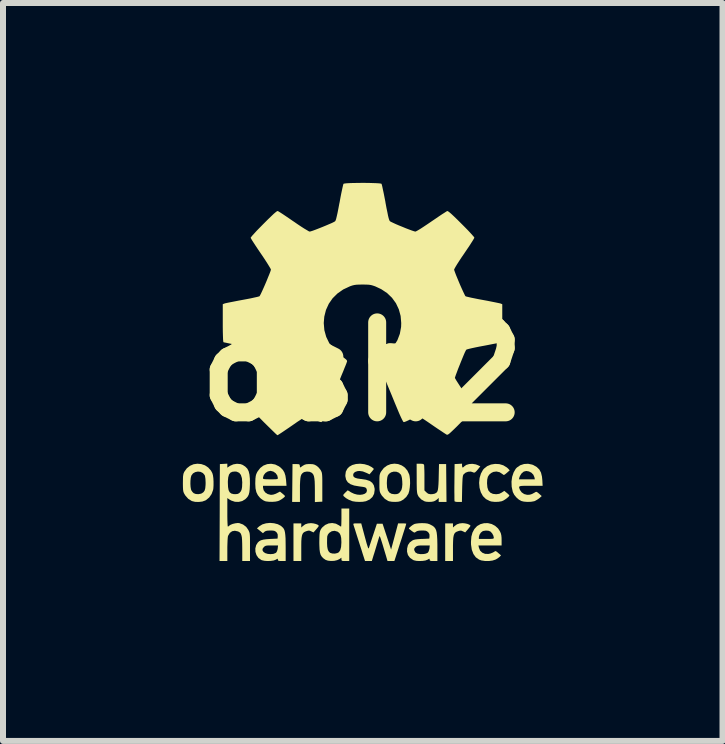
<source format=kicad_pcb>
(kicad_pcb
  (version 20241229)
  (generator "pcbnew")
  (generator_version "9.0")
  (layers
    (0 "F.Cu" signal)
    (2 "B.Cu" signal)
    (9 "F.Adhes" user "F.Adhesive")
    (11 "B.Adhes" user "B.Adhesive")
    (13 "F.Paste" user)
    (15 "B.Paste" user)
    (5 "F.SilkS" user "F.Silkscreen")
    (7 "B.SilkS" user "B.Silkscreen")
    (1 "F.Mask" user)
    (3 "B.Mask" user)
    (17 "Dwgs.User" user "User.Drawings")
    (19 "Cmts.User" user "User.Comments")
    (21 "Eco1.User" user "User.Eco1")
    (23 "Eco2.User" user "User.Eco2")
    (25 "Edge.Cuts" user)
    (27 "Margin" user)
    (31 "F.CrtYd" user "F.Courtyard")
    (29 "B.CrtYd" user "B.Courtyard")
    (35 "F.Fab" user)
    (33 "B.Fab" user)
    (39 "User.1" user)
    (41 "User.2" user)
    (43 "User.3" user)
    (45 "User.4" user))
  (footprint "osh2"
    (layer "F.Cu")
    (at 2.99 3.148)
    (property "Reference" "osh2" (at 0 0 0) (layer "F.SilkS") (effects (font (size 1.5 1.5) (thickness 0.3))))
    (attr board_only exclude_from_pos_files exclude_from_bom)
    (fp_poly (pts (xy -0.815 2.53) (xy -0.777 2.539) (xy -0.745 2.551) (xy -0.727 2.565) (xy -0.724 2.572) (xy -0.731 2.585) (xy -0.748 2.607) (xy -0.768 2.631) (xy -0.812 2.681) (xy -0.85 2.663) (xy -0.876 2.652) (xy -0.899 2.651) (xy -0.928 2.659) (xy -0.933 2.661) (xy -0.959 2.671) (xy -0.979 2.685) (xy -0.994 2.705) (xy -1.004 2.733) (xy -1.011 2.772) (xy -1.015 2.826) (xy -1.016 2.896) (xy -1.016 2.955) (xy -1.016 3.157) (xy -1.081 3.157) (xy -1.146 3.157) (xy -1.146 2.844) (xy -1.146 2.53) (xy -1.081 2.53) (xy -1.016 2.53) (xy -1.016 2.565) (xy -1.016 2.599) (xy -0.992 2.577) (xy -0.951 2.546) (xy -0.905 2.531) (xy -0.854 2.526)) (stroke (width 0) (type solid)) (fill yes) (layer "F.SilkS"))
    (fp_poly (pts (xy 1.714 2.53) (xy 1.752 2.538) (xy 1.784 2.55) (xy 1.803 2.564) (xy 1.806 2.571) (xy 1.799 2.583) (xy 1.782 2.605) (xy 1.762 2.63) (xy 1.718 2.681) (xy 1.681 2.663) (xy 1.654 2.652) (xy 1.632 2.651) (xy 1.602 2.659) (xy 1.597 2.661) (xy 1.571 2.671) (xy 1.551 2.685) (xy 1.536 2.705) (xy 1.526 2.733) (xy 1.519 2.772) (xy 1.516 2.826) (xy 1.514 2.896) (xy 1.514 2.955) (xy 1.514 3.157) (xy 1.449 3.157) (xy 1.384 3.157) (xy 1.384 2.844) (xy 1.384 2.53) (xy 1.449 2.53) (xy 1.514 2.53) (xy 1.514 2.565) (xy 1.514 2.599) (xy 1.538 2.577) (xy 1.58 2.546) (xy 1.625 2.531) (xy 1.676 2.526)) (stroke (width 0) (type solid)) (fill yes) (layer "F.SilkS"))
    (fp_poly (pts (xy 1.665 1.567) (xy 1.669 1.593) (xy 1.68 1.599) (xy 1.698 1.584) (xy 1.699 1.582) (xy 1.734 1.556) (xy 1.782 1.541) (xy 1.837 1.537) (xy 1.893 1.546) (xy 1.923 1.557) (xy 1.97 1.579) (xy 1.937 1.62) (xy 1.907 1.656) (xy 1.885 1.677) (xy 1.869 1.684) (xy 1.853 1.681) (xy 1.848 1.678) (xy 1.811 1.666) (xy 1.767 1.669) (xy 1.725 1.684) (xy 1.693 1.711) (xy 1.685 1.722) (xy 1.679 1.742) (xy 1.674 1.78) (xy 1.671 1.838) (xy 1.668 1.915) (xy 1.667 1.96) (xy 1.663 2.173) (xy 1.604 2.173) (xy 1.565 2.171) (xy 1.543 2.164) (xy 1.54 2.16) (xy 1.539 2.146) (xy 1.538 2.113) (xy 1.538 2.064) (xy 1.537 2.003) (xy 1.537 1.932) (xy 1.538 1.853) (xy 1.538 1.843) (xy 1.541 1.541) (xy 1.603 1.538) (xy 1.665 1.534)) (stroke (width 0) (type solid)) (fill yes) (layer "F.SilkS"))
    (fp_poly (pts (xy -1.069 1.542) (xy -1.051 1.545) (xy -1.043 1.555) (xy -1.04 1.57) (xy -1.037 1.6) (xy -0.992 1.57) (xy -0.962 1.553) (xy -0.933 1.544) (xy -0.895 1.541) (xy -0.876 1.541) (xy -0.832 1.542) (xy -0.8 1.549) (xy -0.772 1.563) (xy -0.759 1.571) (xy -0.726 1.599) (xy -0.697 1.635) (xy -0.69 1.646) (xy -0.682 1.662) (xy -0.675 1.679) (xy -0.671 1.698) (xy -0.668 1.724) (xy -0.666 1.76) (xy -0.665 1.809) (xy -0.665 1.874) (xy -0.665 1.93) (xy -0.665 2.168) (xy -0.727 2.171) (xy -0.789 2.175) (xy -0.789 1.982) (xy -0.79 1.898) (xy -0.792 1.832) (xy -0.797 1.782) (xy -0.804 1.745) (xy -0.814 1.718) (xy -0.828 1.699) (xy -0.84 1.687) (xy -0.876 1.67) (xy -0.921 1.666) (xy -0.963 1.673) (xy -0.983 1.683) (xy -1.001 1.698) (xy -1.015 1.717) (xy -1.025 1.744) (xy -1.031 1.78) (xy -1.035 1.829) (xy -1.038 1.894) (xy -1.038 1.973) (xy -1.038 2.173) (xy -1.103 2.173) (xy -1.168 2.173) (xy -1.165 1.857) (xy -1.162 1.541) (xy -1.103 1.541)) (stroke (width 0) (type solid)) (fill yes) (layer "F.SilkS"))
    (fp_poly (pts (xy 1.004 1.537) (xy 1.025 1.544) (xy 1.031 1.553) (xy 1.034 1.568) (xy 1.035 1.602) (xy 1.037 1.65) (xy 1.038 1.709) (xy 1.038 1.774) (xy 1.038 1.775) (xy 1.038 1.98) (xy 1.07 2.012) (xy 1.099 2.035) (xy 1.133 2.043) (xy 1.145 2.044) (xy 1.18 2.041) (xy 1.21 2.034) (xy 1.214 2.032) (xy 1.232 2.022) (xy 1.246 2.01) (xy 1.256 1.992) (xy 1.263 1.966) (xy 1.268 1.929) (xy 1.272 1.877) (xy 1.275 1.809) (xy 1.276 1.757) (xy 1.281 1.541) (xy 1.341 1.541) (xy 1.4 1.541) (xy 1.403 1.857) (xy 1.406 2.173) (xy 1.341 2.173) (xy 1.276 2.173) (xy 1.276 2.139) (xy 1.276 2.105) (xy 1.252 2.128) (xy 1.223 2.149) (xy 1.197 2.162) (xy 1.16 2.17) (xy 1.113 2.172) (xy 1.068 2.169) (xy 1.04 2.162) (xy 0.984 2.13) (xy 0.942 2.085) (xy 0.929 2.061) (xy 0.922 2.044) (xy 0.917 2.024) (xy 0.914 1.999) (xy 0.911 1.965) (xy 0.91 1.918) (xy 0.909 1.856) (xy 0.909 1.776) (xy 0.908 1.535) (xy 0.967 1.535)) (stroke (width 0) (type solid)) (fill yes) (layer "F.SilkS"))
    (fp_poly (pts (xy 2.288 1.542) (xy 2.354 1.562) (xy 2.413 1.598) (xy 2.434 1.617) (xy 2.46 1.646) (xy 2.412 1.688) (xy 2.384 1.711) (xy 2.368 1.721) (xy 2.356 1.721) (xy 2.343 1.711) (xy 2.341 1.709) (xy 2.292 1.677) (xy 2.239 1.665) (xy 2.187 1.672) (xy 2.151 1.69) (xy 2.118 1.718) (xy 2.096 1.753) (xy 2.085 1.799) (xy 2.082 1.86) (xy 2.088 1.93) (xy 2.105 1.982) (xy 2.136 2.017) (xy 2.18 2.038) (xy 2.236 2.044) (xy 2.286 2.037) (xy 2.328 2.016) (xy 2.369 1.988) (xy 2.412 2.022) (xy 2.436 2.043) (xy 2.452 2.06) (xy 2.455 2.065) (xy 2.446 2.08) (xy 2.424 2.101) (xy 2.394 2.124) (xy 2.362 2.145) (xy 2.332 2.159) (xy 2.326 2.161) (xy 2.274 2.17) (xy 2.214 2.172) (xy 2.157 2.166) (xy 2.129 2.158) (xy 2.064 2.125) (xy 2.014 2.076) (xy 1.978 2.011) (xy 1.957 1.936) (xy 1.95 1.854) (xy 1.958 1.774) (xy 1.98 1.7) (xy 2.014 1.638) (xy 2.031 1.618) (xy 2.084 1.576) (xy 2.148 1.549) (xy 2.217 1.538)) (stroke (width 0) (type solid)) (fill yes) (layer "F.SilkS"))
    (fp_poly (pts (xy 0.6 1.541) (xy 0.66 1.564) (xy 0.712 1.6) (xy 0.754 1.65) (xy 0.784 1.714) (xy 0.79 1.739) (xy 0.797 1.796) (xy 0.799 1.862) (xy 0.794 1.928) (xy 0.785 1.988) (xy 0.771 2.034) (xy 0.736 2.088) (xy 0.687 2.133) (xy 0.641 2.159) (xy 0.601 2.169) (xy 0.55 2.172) (xy 0.496 2.17) (xy 0.45 2.162) (xy 0.433 2.156) (xy 0.376 2.12) (xy 0.328 2.067) (xy 0.31 2.038) (xy 0.3 2.018) (xy 0.293 1.996) (xy 0.289 1.968) (xy 0.287 1.929) (xy 0.287 1.874) (xy 0.287 1.86) (xy 0.411 1.86) (xy 0.415 1.93) (xy 0.429 1.982) (xy 0.454 2.017) (xy 0.49 2.037) (xy 0.54 2.044) (xy 0.544 2.044) (xy 0.581 2.041) (xy 0.606 2.031) (xy 0.627 2.013) (xy 0.654 1.973) (xy 0.665 1.931) (xy 0.67 1.88) (xy 0.668 1.826) (xy 0.663 1.775) (xy 0.653 1.735) (xy 0.645 1.717) (xy 0.612 1.685) (xy 0.571 1.669) (xy 0.526 1.667) (xy 0.482 1.679) (xy 0.446 1.705) (xy 0.426 1.736) (xy 0.418 1.768) (xy 0.413 1.813) (xy 0.411 1.86) (xy 0.287 1.86) (xy 0.287 1.854) (xy 0.287 1.796) (xy 0.288 1.755) (xy 0.291 1.725) (xy 0.297 1.703) (xy 0.305 1.683) (xy 0.317 1.663) (xy 0.361 1.606) (xy 0.415 1.566) (xy 0.475 1.542) (xy 0.538 1.534)) (stroke (width 0) (type solid)) (fill yes) (layer "F.SilkS"))
    (fp_poly (pts (xy 2.835 1.55) (xy 2.855 1.558) (xy 2.912 1.591) (xy 2.954 1.632) (xy 2.982 1.684) (xy 2.998 1.75) (xy 3.004 1.808) (xy 3.009 1.903) (xy 2.813 1.903) (xy 2.74 1.903) (xy 2.687 1.904) (xy 2.651 1.906) (xy 2.629 1.911) (xy 2.618 1.92) (xy 2.617 1.933) (xy 2.623 1.952) (xy 2.632 1.974) (xy 2.66 2.013) (xy 2.701 2.041) (xy 2.751 2.054) (xy 2.763 2.054) (xy 2.798 2.051) (xy 2.832 2.04) (xy 2.873 2.018) (xy 2.884 2.011) (xy 2.899 2.004) (xy 2.913 2.006) (xy 2.932 2.02) (xy 2.951 2.036) (xy 2.994 2.075) (xy 2.952 2.112) (xy 2.917 2.136) (xy 2.881 2.156) (xy 2.867 2.161) (xy 2.815 2.17) (xy 2.754 2.172) (xy 2.695 2.167) (xy 2.655 2.157) (xy 2.613 2.134) (xy 2.572 2.098) (xy 2.536 2.054) (xy 2.513 2.009) (xy 2.511 2.003) (xy 2.493 1.919) (xy 2.49 1.834) (xy 2.495 1.795) (xy 2.614 1.795) (xy 2.747 1.795) (xy 2.879 1.795) (xy 2.872 1.76) (xy 2.854 1.718) (xy 2.822 1.685) (xy 2.781 1.664) (xy 2.737 1.656) (xy 2.696 1.666) (xy 2.694 1.667) (xy 2.658 1.697) (xy 2.631 1.739) (xy 2.621 1.765) (xy 2.614 1.795) (xy 2.495 1.795) (xy 2.501 1.753) (xy 2.525 1.681) (xy 2.56 1.62) (xy 2.581 1.598) (xy 2.635 1.561) (xy 2.699 1.54) (xy 2.767 1.536)) (stroke (width 0) (type solid)) (fill yes) (layer "F.SilkS"))
    (fp_poly (pts (xy -2.684 1.541) (xy -2.622 1.562) (xy -2.567 1.599) (xy -2.521 1.651) (xy -2.499 1.692) (xy -2.489 1.727) (xy -2.482 1.776) (xy -2.479 1.833) (xy -2.479 1.892) (xy -2.482 1.945) (xy -2.486 1.971) (xy -2.511 2.04) (xy -2.552 2.099) (xy -2.606 2.143) (xy -2.616 2.148) (xy -2.666 2.166) (xy -2.726 2.173) (xy -2.787 2.171) (xy -2.84 2.158) (xy -2.844 2.156) (xy -2.901 2.12) (xy -2.948 2.067) (xy -2.966 2.038) (xy -2.976 2.018) (xy -2.983 1.996) (xy -2.987 1.968) (xy -2.989 1.929) (xy -2.99 1.874) (xy -2.99 1.871) (xy -2.865 1.871) (xy -2.862 1.921) (xy -2.855 1.962) (xy -2.849 1.979) (xy -2.83 2.007) (xy -2.809 2.027) (xy -2.775 2.04) (xy -2.732 2.043) (xy -2.689 2.035) (xy -2.673 2.028) (xy -2.646 2.009) (xy -2.628 1.983) (xy -2.617 1.944) (xy -2.612 1.89) (xy -2.611 1.854) (xy -2.614 1.788) (xy -2.621 1.743) (xy -2.627 1.725) (xy -2.656 1.691) (xy -2.696 1.671) (xy -2.74 1.666) (xy -2.784 1.675) (xy -2.822 1.697) (xy -2.849 1.733) (xy -2.85 1.736) (xy -2.859 1.771) (xy -2.864 1.819) (xy -2.865 1.871) (xy -2.99 1.871) (xy -2.99 1.854) (xy -2.989 1.795) (xy -2.988 1.752) (xy -2.984 1.721) (xy -2.979 1.698) (xy -2.97 1.677) (xy -2.966 1.669) (xy -2.924 1.611) (xy -2.872 1.57) (xy -2.812 1.544) (xy -2.748 1.535)) (stroke (width 0) (type solid)) (fill yes) (layer "F.SilkS"))
    (fp_poly (pts (xy 2.16 2.541) (xy 2.217 2.571) (xy 2.266 2.615) (xy 2.297 2.662) (xy 2.312 2.696) (xy 2.32 2.729) (xy 2.324 2.768) (xy 2.325 2.808) (xy 2.325 2.898) (xy 2.131 2.898) (xy 1.938 2.898) (xy 1.947 2.937) (xy 1.967 2.985) (xy 2.003 3.019) (xy 2.049 3.038) (xy 2.104 3.04) (xy 2.138 3.033) (xy 2.171 3.02) (xy 2.199 3.006) (xy 2.205 3.001) (xy 2.217 2.993) (xy 2.23 2.994) (xy 2.249 3.006) (xy 2.269 3.024) (xy 2.315 3.063) (xy 2.293 3.087) (xy 2.269 3.106) (xy 2.236 3.127) (xy 2.223 3.134) (xy 2.173 3.15) (xy 2.112 3.158) (xy 2.047 3.157) (xy 1.987 3.148) (xy 1.949 3.134) (xy 1.895 3.096) (xy 1.855 3.041) (xy 1.828 2.97) (xy 1.815 2.883) (xy 1.814 2.838) (xy 1.82 2.762) (xy 1.946 2.762) (xy 1.946 2.79) (xy 2.071 2.79) (xy 2.124 2.79) (xy 2.16 2.788) (xy 2.181 2.786) (xy 2.191 2.781) (xy 2.195 2.774) (xy 2.195 2.768) (xy 2.187 2.733) (xy 2.167 2.696) (xy 2.14 2.667) (xy 2.139 2.666) (xy 2.106 2.653) (xy 2.063 2.65) (xy 2.022 2.656) (xy 2.008 2.661) (xy 1.979 2.684) (xy 1.956 2.72) (xy 1.946 2.758) (xy 1.946 2.762) (xy 1.82 2.762) (xy 1.82 2.754) (xy 1.839 2.684) (xy 1.871 2.624) (xy 1.916 2.575) (xy 1.972 2.543) (xy 2.033 2.527) (xy 2.097 2.526)) (stroke (width 0) (type solid)) (fill yes) (layer "F.SilkS"))
    (fp_poly (pts (xy 0.037 1.543) (xy 0.105 1.563) (xy 0.158 1.591) (xy 0.18 1.608) (xy 0.193 1.62) (xy 0.194 1.622) (xy 0.188 1.633) (xy 0.171 1.654) (xy 0.158 1.67) (xy 0.122 1.712) (xy 0.074 1.689) (xy 0.011 1.664) (xy -0.044 1.656) (xy -0.08 1.659) (xy -0.122 1.674) (xy -0.146 1.7) (xy -0.151 1.725) (xy -0.144 1.75) (xy -0.122 1.768) (xy -0.082 1.781) (xy -0.022 1.79) (xy -0.016 1.79) (xy 0.063 1.802) (xy 0.124 1.822) (xy 0.167 1.853) (xy 0.194 1.895) (xy 0.207 1.949) (xy 0.208 1.973) (xy 0.199 2.036) (xy 0.171 2.09) (xy 0.126 2.131) (xy 0.064 2.16) (xy 0.055 2.162) (xy 0.009 2.17) (xy -0.049 2.172) (xy -0.108 2.169) (xy -0.159 2.161) (xy -0.17 2.158) (xy -0.222 2.137) (xy -0.27 2.109) (xy -0.306 2.079) (xy -0.306 2.079) (xy -0.315 2.066) (xy -0.315 2.054) (xy -0.302 2.038) (xy -0.283 2.018) (xy -0.241 1.978) (xy -0.185 2.013) (xy -0.136 2.036) (xy -0.085 2.05) (xy -0.036 2.054) (xy 0.009 2.048) (xy 0.045 2.035) (xy 0.07 2.014) (xy 0.079 1.986) (xy 0.075 1.961) (xy 0.068 1.945) (xy 0.057 1.934) (xy 0.039 1.927) (xy 0.009 1.921) (xy -0.038 1.915) (xy -0.051 1.913) (xy -0.133 1.899) (xy -0.195 1.877) (xy -0.24 1.845) (xy -0.268 1.802) (xy -0.28 1.748) (xy -0.281 1.727) (xy -0.273 1.667) (xy -0.248 1.619) (xy -0.216 1.586) (xy -0.166 1.557) (xy -0.104 1.54) (xy -0.034 1.535)) (stroke (width 0) (type solid)) (fill yes) (layer "F.SilkS"))
    (fp_poly (pts (xy -0.216 2.719) (xy -0.216 3.157) (xy -0.281 3.157) (xy -0.317 3.157) (xy -0.336 3.154) (xy -0.344 3.146) (xy -0.346 3.131) (xy -0.346 3.13) (xy -0.346 3.102) (xy -0.381 3.127) (xy -0.419 3.144) (xy -0.468 3.155) (xy -0.521 3.157) (xy -0.571 3.152) (xy -0.609 3.139) (xy -0.611 3.138) (xy -0.647 3.113) (xy -0.673 3.086) (xy -0.692 3.056) (xy -0.704 3.016) (xy -0.711 2.965) (xy -0.714 2.899) (xy -0.715 2.859) (xy -0.586 2.859) (xy -0.583 2.919) (xy -0.575 2.962) (xy -0.562 2.993) (xy -0.544 3.014) (xy -0.531 3.023) (xy -0.496 3.033) (xy -0.454 3.034) (xy -0.414 3.025) (xy -0.389 3.011) (xy -0.366 2.977) (xy -0.352 2.924) (xy -0.347 2.852) (xy -0.347 2.838) (xy -0.35 2.773) (xy -0.361 2.726) (xy -0.379 2.693) (xy -0.407 2.67) (xy -0.411 2.668) (xy -0.46 2.654) (xy -0.507 2.661) (xy -0.549 2.688) (xy -0.554 2.693) (xy -0.573 2.719) (xy -0.583 2.748) (xy -0.585 2.782) (xy -0.586 2.859) (xy -0.715 2.859) (xy -0.715 2.844) (xy -0.714 2.774) (xy -0.712 2.722) (xy -0.708 2.683) (xy -0.7 2.653) (xy -0.689 2.629) (xy -0.673 2.606) (xy -0.665 2.597) (xy -0.617 2.556) (xy -0.56 2.531) (xy -0.5 2.524) (xy -0.439 2.535) (xy -0.388 2.562) (xy -0.366 2.577) (xy -0.353 2.584) (xy -0.352 2.584) (xy -0.35 2.574) (xy -0.348 2.546) (xy -0.347 2.504) (xy -0.346 2.453) (xy -0.346 2.433) (xy -0.346 2.282) (xy -0.281 2.282) (xy -0.216 2.282)) (stroke (width 0) (type solid)) (fill yes) (layer "F.SilkS"))
    (fp_poly (pts (xy 0.037 2.728) (xy 0.058 2.805) (xy 0.074 2.864) (xy 0.087 2.905) (xy 0.096 2.932) (xy 0.103 2.945) (xy 0.108 2.948) (xy 0.112 2.941) (xy 0.114 2.935) (xy 0.119 2.918) (xy 0.13 2.884) (xy 0.146 2.837) (xy 0.164 2.781) (xy 0.183 2.724) (xy 0.245 2.536) (xy 0.293 2.536) (xy 0.34 2.536) (xy 0.411 2.751) (xy 0.482 2.967) (xy 0.541 2.748) (xy 0.599 2.53) (xy 0.667 2.53) (xy 0.703 2.531) (xy 0.727 2.533) (xy 0.735 2.535) (xy 0.733 2.542) (xy 0.728 2.561) (xy 0.718 2.594) (xy 0.703 2.641) (xy 0.683 2.703) (xy 0.658 2.783) (xy 0.626 2.88) (xy 0.589 2.997) (xy 0.587 3.003) (xy 0.537 3.157) (xy 0.48 3.157) (xy 0.422 3.157) (xy 0.396 3.068) (xy 0.381 3.019) (xy 0.363 2.959) (xy 0.344 2.895) (xy 0.332 2.856) (xy 0.317 2.809) (xy 0.305 2.772) (xy 0.295 2.749) (xy 0.29 2.742) (xy 0.289 2.742) (xy 0.284 2.756) (xy 0.274 2.786) (xy 0.262 2.826) (xy 0.255 2.849) (xy 0.238 2.906) (xy 0.218 2.972) (xy 0.199 3.035) (xy 0.193 3.052) (xy 0.161 3.157) (xy 0.104 3.157) (xy 0.047 3.157) (xy 0.006 3.03) (xy -0.012 2.971) (xy -0.035 2.9) (xy -0.059 2.825) (xy -0.082 2.753) (xy -0.086 2.741) (xy -0.104 2.684) (xy -0.12 2.632) (xy -0.134 2.59) (xy -0.143 2.562) (xy -0.145 2.555) (xy -0.148 2.541) (xy -0.143 2.534) (xy -0.127 2.531) (xy -0.094 2.53) (xy -0.084 2.53) (xy -0.016 2.53)) (stroke (width 0) (type solid)) (fill yes) (layer "F.SilkS"))
    (fp_poly (pts (xy -1.451 1.548) (xy -1.388 1.579) (xy -1.358 1.602) (xy -1.322 1.639) (xy -1.297 1.682) (xy -1.28 1.735) (xy -1.27 1.803) (xy -1.269 1.816) (xy -1.262 1.903) (xy -1.458 1.903) (xy -1.654 1.903) (xy -1.654 1.931) (xy -1.644 1.976) (xy -1.617 2.014) (xy -1.576 2.041) (xy -1.526 2.054) (xy -1.511 2.054) (xy -1.479 2.049) (xy -1.441 2.036) (xy -1.423 2.027) (xy -1.371 2) (xy -1.329 2.034) (xy -1.305 2.055) (xy -1.289 2.071) (xy -1.287 2.076) (xy -1.296 2.09) (xy -1.318 2.109) (xy -1.348 2.13) (xy -1.381 2.149) (xy -1.403 2.158) (xy -1.445 2.167) (xy -1.498 2.171) (xy -1.554 2.17) (xy -1.603 2.164) (xy -1.621 2.159) (xy -1.65 2.145) (xy -1.684 2.121) (xy -1.704 2.104) (xy -1.74 2.06) (xy -1.765 2.009) (xy -1.779 1.946) (xy -1.783 1.868) (xy -1.782 1.828) (xy -1.78 1.777) (xy -1.779 1.773) (xy -1.654 1.773) (xy -1.653 1.782) (xy -1.647 1.789) (xy -1.633 1.792) (xy -1.606 1.794) (xy -1.563 1.795) (xy -1.53 1.795) (xy -1.477 1.795) (xy -1.441 1.794) (xy -1.42 1.791) (xy -1.41 1.786) (xy -1.406 1.779) (xy -1.406 1.773) (xy -1.416 1.731) (xy -1.442 1.694) (xy -1.48 1.667) (xy -1.523 1.655) (xy -1.53 1.654) (xy -1.574 1.664) (xy -1.613 1.689) (xy -1.641 1.725) (xy -1.654 1.766) (xy -1.654 1.773) (xy -1.779 1.773) (xy -1.775 1.74) (xy -1.767 1.71) (xy -1.754 1.681) (xy -1.745 1.665) (xy -1.701 1.607) (xy -1.647 1.566) (xy -1.584 1.542) (xy -1.518 1.536)) (stroke (width 0) (type solid)) (fill yes) (layer "F.SilkS"))
    (fp_poly (pts (xy -1.47 2.528) (xy -1.407 2.544) (xy -1.354 2.572) (xy -1.317 2.607) (xy -1.304 2.627) (xy -1.294 2.652) (xy -1.287 2.684) (xy -1.282 2.725) (xy -1.278 2.78) (xy -1.277 2.85) (xy -1.276 2.938) (xy -1.276 3.157) (xy -1.341 3.157) (xy -1.377 3.157) (xy -1.397 3.153) (xy -1.405 3.145) (xy -1.406 3.136) (xy -1.407 3.123) (xy -1.413 3.12) (xy -1.431 3.13) (xy -1.441 3.136) (xy -1.476 3.149) (xy -1.524 3.156) (xy -1.579 3.158) (xy -1.631 3.154) (xy -1.675 3.144) (xy -1.685 3.139) (xy -1.731 3.106) (xy -1.763 3.059) (xy -1.78 3.005) (xy -1.781 2.977) (xy -1.663 2.977) (xy -1.647 3.005) (xy -1.646 3.006) (xy -1.617 3.026) (xy -1.575 3.039) (xy -1.528 3.043) (xy -1.482 3.039) (xy -1.445 3.025) (xy -1.434 3.017) (xy -1.42 2.993) (xy -1.41 2.958) (xy -1.409 2.948) (xy -1.403 2.898) (xy -1.508 2.898) (xy -1.557 2.898) (xy -1.589 2.9) (xy -1.611 2.905) (xy -1.626 2.913) (xy -1.639 2.924) (xy -1.66 2.952) (xy -1.663 2.977) (xy -1.781 2.977) (xy -1.782 2.948) (xy -1.768 2.893) (xy -1.742 2.851) (xy -1.718 2.828) (xy -1.688 2.812) (xy -1.649 2.801) (xy -1.596 2.794) (xy -1.535 2.79) (xy -1.411 2.784) (xy -1.408 2.744) (xy -1.41 2.71) (xy -1.425 2.683) (xy -1.432 2.676) (xy -1.449 2.662) (xy -1.469 2.653) (xy -1.498 2.65) (xy -1.533 2.649) (xy -1.576 2.651) (xy -1.604 2.656) (xy -1.624 2.666) (xy -1.631 2.672) (xy -1.655 2.694) (xy -1.705 2.653) (xy -1.755 2.613) (xy -1.715 2.578) (xy -1.665 2.547) (xy -1.604 2.529) (xy -1.537 2.522)) (stroke (width 0) (type solid)) (fill yes) (layer "F.SilkS"))
    (fp_poly (pts (xy 1.052 2.528) (xy 1.09 2.533) (xy 1.123 2.544) (xy 1.141 2.553) (xy 1.173 2.57) (xy 1.198 2.589) (xy 1.217 2.612) (xy 1.232 2.642) (xy 1.242 2.681) (xy 1.248 2.732) (xy 1.252 2.797) (xy 1.254 2.88) (xy 1.254 2.944) (xy 1.254 3.157) (xy 1.189 3.157) (xy 1.153 3.157) (xy 1.134 3.153) (xy 1.126 3.145) (xy 1.125 3.136) (xy 1.124 3.123) (xy 1.117 3.12) (xy 1.1 3.13) (xy 1.089 3.136) (xy 1.055 3.149) (xy 1.007 3.156) (xy 0.953 3.158) (xy 0.902 3.155) (xy 0.86 3.145) (xy 0.849 3.14) (xy 0.797 3.104) (xy 0.763 3.058) (xy 0.748 3.002) (xy 0.749 2.966) (xy 0.867 2.966) (xy 0.87 2.981) (xy 0.887 3.014) (xy 0.922 3.035) (xy 0.974 3.043) (xy 1.027 3.041) (xy 1.062 3.034) (xy 1.09 3.021) (xy 1.096 3.017) (xy 1.11 2.993) (xy 1.12 2.958) (xy 1.122 2.948) (xy 1.127 2.898) (xy 1.024 2.898) (xy 0.974 2.898) (xy 0.941 2.901) (xy 0.919 2.906) (xy 0.902 2.914) (xy 0.891 2.923) (xy 0.872 2.944) (xy 0.867 2.966) (xy 0.749 2.966) (xy 0.749 2.95) (xy 0.763 2.892) (xy 0.794 2.847) (xy 0.834 2.817) (xy 0.856 2.806) (xy 0.885 2.799) (xy 0.924 2.794) (xy 0.98 2.79) (xy 0.995 2.79) (xy 1.119 2.784) (xy 1.123 2.744) (xy 1.121 2.71) (xy 1.105 2.683) (xy 1.099 2.676) (xy 1.081 2.662) (xy 1.061 2.653) (xy 1.033 2.65) (xy 0.996 2.649) (xy 0.95 2.651) (xy 0.92 2.657) (xy 0.898 2.668) (xy 0.896 2.67) (xy 0.88 2.681) (xy 0.868 2.683) (xy 0.851 2.674) (xy 0.827 2.657) (xy 0.802 2.637) (xy 0.784 2.623) (xy 0.779 2.62) (xy 0.781 2.61) (xy 0.796 2.593) (xy 0.82 2.573) (xy 0.846 2.554) (xy 0.871 2.541) (xy 0.875 2.539) (xy 0.905 2.533) (xy 0.948 2.528) (xy 0.995 2.526) (xy 1.001 2.526)) (stroke (width 0) (type solid)) (fill yes) (layer "F.SilkS"))
    (fp_poly (pts (xy -2.249 1.568) (xy -2.249 1.601) (xy -2.205 1.571) (xy -2.149 1.546) (xy -2.088 1.536) (xy -2.028 1.542) (xy -1.993 1.555) (xy -1.95 1.583) (xy -1.917 1.616) (xy -1.894 1.659) (xy -1.88 1.715) (xy -1.873 1.785) (xy -1.872 1.872) (xy -1.873 1.893) (xy -1.876 1.961) (xy -1.882 2.012) (xy -1.892 2.05) (xy -1.907 2.08) (xy -1.929 2.107) (xy -1.951 2.128) (xy -2.001 2.158) (xy -2.06 2.172) (xy -2.122 2.17) (xy -2.182 2.15) (xy -2.206 2.137) (xy -2.249 2.108) (xy -2.249 2.346) (xy -2.249 2.415) (xy -2.248 2.477) (xy -2.246 2.527) (xy -2.244 2.563) (xy -2.241 2.582) (xy -2.24 2.584) (xy -2.226 2.577) (xy -2.217 2.568) (xy -2.194 2.553) (xy -2.159 2.539) (xy -2.117 2.529) (xy -2.077 2.524) (xy -2.052 2.525) (xy -1.987 2.549) (xy -1.934 2.589) (xy -1.899 2.64) (xy -1.889 2.66) (xy -1.882 2.677) (xy -1.877 2.697) (xy -1.874 2.722) (xy -1.872 2.755) (xy -1.871 2.801) (xy -1.871 2.862) (xy -1.871 2.927) (xy -1.871 3.157) (xy -1.936 3.157) (xy -2 3.157) (xy -2 2.957) (xy -2.001 2.874) (xy -2.003 2.809) (xy -2.007 2.76) (xy -2.015 2.725) (xy -2.025 2.7) (xy -2.04 2.682) (xy -2.061 2.669) (xy -2.072 2.664) (xy -2.123 2.653) (xy -2.169 2.661) (xy -2.207 2.689) (xy -2.234 2.733) (xy -2.239 2.747) (xy -2.242 2.77) (xy -2.245 2.81) (xy -2.247 2.863) (xy -2.249 2.924) (xy -2.249 2.971) (xy -2.249 3.157) (xy -2.314 3.157) (xy -2.379 3.157) (xy -2.376 2.349) (xy -2.375 1.854) (xy -2.24 1.854) (xy -2.237 1.924) (xy -2.228 1.976) (xy -2.21 2.011) (xy -2.183 2.032) (xy -2.144 2.042) (xy -2.118 2.043) (xy -2.081 2.04) (xy -2.054 2.028) (xy -2.041 2.016) (xy -2.022 1.993) (xy -2.01 1.963) (xy -2.003 1.922) (xy -2.001 1.866) (xy -2 1.847) (xy -2.006 1.776) (xy -2.023 1.722) (xy -2.051 1.687) (xy -2.092 1.668) (xy -2.122 1.665) (xy -2.167 1.67) (xy -2.199 1.686) (xy -2.221 1.716) (xy -2.234 1.762) (xy -2.24 1.825) (xy -2.24 1.854) (xy -2.375 1.854) (xy -2.373 1.541) (xy -2.311 1.538) (xy -2.249 1.534)) (stroke (width 0) (type solid)) (fill yes) (layer "F.SilkS"))
    (fp_poly (pts (xy 0.051 -3.148) (xy 0.121 -3.147) (xy 0.186 -3.145) (xy 0.242 -3.143) (xy 0.286 -3.14) (xy 0.313 -3.136) (xy 0.322 -3.133) (xy 0.327 -3.119) (xy 0.335 -3.087) (xy 0.345 -3.039) (xy 0.358 -2.979) (xy 0.372 -2.908) (xy 0.387 -2.831) (xy 0.388 -2.822) (xy 0.405 -2.73) (xy 0.42 -2.658) (xy 0.431 -2.602) (xy 0.441 -2.561) (xy 0.45 -2.533) (xy 0.457 -2.516) (xy 0.464 -2.508) (xy 0.481 -2.498) (xy 0.515 -2.482) (xy 0.56 -2.461) (xy 0.614 -2.438) (xy 0.671 -2.415) (xy 0.729 -2.391) (xy 0.784 -2.37) (xy 0.83 -2.353) (xy 0.866 -2.341) (xy 0.886 -2.336) (xy 0.887 -2.336) (xy 0.902 -2.342) (xy 0.931 -2.358) (xy 0.974 -2.384) (xy 1.026 -2.418) (xy 1.086 -2.458) (xy 1.151 -2.502) (xy 1.155 -2.505) (xy 1.22 -2.549) (xy 1.28 -2.59) (xy 1.332 -2.625) (xy 1.375 -2.652) (xy 1.404 -2.671) (xy 1.419 -2.679) (xy 1.419 -2.679) (xy 1.431 -2.675) (xy 1.452 -2.66) (xy 1.484 -2.633) (xy 1.528 -2.592) (xy 1.584 -2.538) (xy 1.654 -2.468) (xy 1.71 -2.412) (xy 1.761 -2.36) (xy 1.804 -2.314) (xy 1.838 -2.276) (xy 1.861 -2.25) (xy 1.87 -2.236) (xy 1.871 -2.235) (xy 1.865 -2.222) (xy 1.848 -2.193) (xy 1.822 -2.152) (xy 1.789 -2.1) (xy 1.749 -2.041) (xy 1.705 -1.976) (xy 1.702 -1.971) (xy 1.657 -1.906) (xy 1.617 -1.845) (xy 1.583 -1.792) (xy 1.557 -1.749) (xy 1.54 -1.718) (xy 1.533 -1.703) (xy 1.533 -1.702) (xy 1.537 -1.686) (xy 1.549 -1.653) (xy 1.566 -1.608) (xy 1.588 -1.555) (xy 1.612 -1.497) (xy 1.637 -1.438) (xy 1.662 -1.382) (xy 1.685 -1.332) (xy 1.704 -1.292) (xy 1.717 -1.266) (xy 1.723 -1.258) (xy 1.736 -1.253) (xy 1.769 -1.245) (xy 1.816 -1.234) (xy 1.876 -1.222) (xy 1.945 -1.208) (xy 2.011 -1.196) (xy 2.087 -1.182) (xy 2.157 -1.168) (xy 2.217 -1.156) (xy 2.265 -1.146) (xy 2.298 -1.139) (xy 2.311 -1.135) (xy 2.336 -1.125) (xy 2.336 -0.812) (xy 2.335 -0.713) (xy 2.334 -0.632) (xy 2.332 -0.568) (xy 2.33 -0.522) (xy 2.327 -0.497) (xy 2.325 -0.492) (xy 2.312 -0.488) (xy 2.28 -0.481) (xy 2.233 -0.471) (xy 2.174 -0.46) (xy 2.104 -0.446) (xy 2.031 -0.432) (xy 1.955 -0.418) (xy 1.886 -0.404) (xy 1.826 -0.391) (xy 1.779 -0.38) (xy 1.747 -0.371) (xy 1.735 -0.365) (xy 1.727 -0.351) (xy 1.712 -0.321) (xy 1.693 -0.277) (xy 1.671 -0.224) (xy 1.647 -0.165) (xy 1.623 -0.105) (xy 1.599 -0.045) (xy 1.579 0.009) (xy 1.562 0.054) (xy 1.551 0.086) (xy 1.546 0.103) (xy 1.546 0.103) (xy 1.552 0.116) (xy 1.569 0.145) (xy 1.595 0.186) (xy 1.628 0.237) (xy 1.667 0.296) (xy 1.708 0.356) (xy 1.752 0.42) (xy 1.791 0.478) (xy 1.824 0.529) (xy 1.849 0.569) (xy 1.865 0.596) (xy 1.871 0.607) (xy 1.863 0.619) (xy 1.842 0.643) (xy 1.81 0.678) (xy 1.768 0.722) (xy 1.718 0.774) (xy 1.663 0.83) (xy 1.65 0.842) (xy 1.587 0.906) (xy 1.536 0.956) (xy 1.497 0.993) (xy 1.468 1.02) (xy 1.447 1.038) (xy 1.431 1.048) (xy 1.42 1.052) (xy 1.412 1.051) (xy 1.404 1.048) (xy 1.389 1.038) (xy 1.358 1.018) (xy 1.315 0.989) (xy 1.262 0.954) (xy 1.203 0.914) (xy 1.161 0.885) (xy 1.1 0.843) (xy 1.045 0.806) (xy 0.997 0.775) (xy 0.96 0.752) (xy 0.937 0.738) (xy 0.93 0.735) (xy 0.915 0.74) (xy 0.886 0.753) (xy 0.847 0.773) (xy 0.811 0.791) (xy 0.768 0.813) (xy 0.73 0.83) (xy 0.702 0.84) (xy 0.691 0.841) (xy 0.681 0.829) (xy 0.666 0.801) (xy 0.646 0.76) (xy 0.623 0.709) (xy 0.608 0.674) (xy 0.543 0.518) (xy 0.487 0.381) (xy 0.437 0.261) (xy 0.395 0.159) (xy 0.36 0.072) (xy 0.33 0.001) (xy 0.307 -0.057) (xy 0.289 -0.101) (xy 0.276 -0.134) (xy 0.268 -0.155) (xy 0.264 -0.167) (xy 0.264 -0.168) (xy 0.264 -0.181) (xy 0.271 -0.195) (xy 0.29 -0.212) (xy 0.322 -0.237) (xy 0.344 -0.253) (xy 0.445 -0.335) (xy 0.526 -0.425) (xy 0.587 -0.524) (xy 0.628 -0.631) (xy 0.649 -0.746) (xy 0.651 -0.811) (xy 0.641 -0.929) (xy 0.611 -1.039) (xy 0.563 -1.141) (xy 0.497 -1.232) (xy 0.415 -1.311) (xy 0.317 -1.376) (xy 0.216 -1.423) (xy 0.178 -1.436) (xy 0.145 -1.445) (xy 0.11 -1.45) (xy 0.068 -1.452) (xy 0.01 -1.453) (xy 0.005 -1.453) (xy -0.053 -1.452) (xy -0.097 -1.45) (xy -0.132 -1.445) (xy -0.165 -1.437) (xy -0.203 -1.424) (xy -0.205 -1.423) (xy -0.316 -1.371) (xy -0.412 -1.304) (xy -0.493 -1.224) (xy -0.557 -1.132) (xy -0.604 -1.029) (xy -0.632 -0.918) (xy -0.641 -0.811) (xy -0.631 -0.692) (xy -0.6 -0.58) (xy -0.55 -0.477) (xy -0.48 -0.383) (xy -0.39 -0.296) (xy -0.333 -0.253) (xy -0.293 -0.223) (xy -0.268 -0.203) (xy -0.255 -0.187) (xy -0.252 -0.174) (xy -0.253 -0.168) (xy -0.257 -0.157) (xy -0.264 -0.137) (xy -0.276 -0.106) (xy -0.294 -0.063) (xy -0.316 -0.007) (xy -0.345 0.062) (xy -0.379 0.147) (xy -0.421 0.247) (xy -0.469 0.364) (xy -0.525 0.499) (xy -0.588 0.653) (xy -0.597 0.674) (xy -0.621 0.729) (xy -0.643 0.777) (xy -0.661 0.813) (xy -0.675 0.836) (xy -0.68 0.841) (xy -0.695 0.839) (xy -0.725 0.828) (xy -0.765 0.81) (xy -0.801 0.791) (xy -0.844 0.769) (xy -0.882 0.75) (xy -0.908 0.739) (xy -0.919 0.735) (xy -0.932 0.741) (xy -0.959 0.757) (xy -0.998 0.782) (xy -1.044 0.813) (xy -1.08 0.836) (xy -1.166 0.896) (xy -1.236 0.944) (xy -1.292 0.982) (xy -1.335 1.011) (xy -1.367 1.032) (xy -1.389 1.046) (xy -1.403 1.055) (xy -1.411 1.059) (xy -1.414 1.06) (xy -1.424 1.052) (xy -1.446 1.032) (xy -1.48 0.999) (xy -1.523 0.957) (xy -1.573 0.908) (xy -1.629 0.853) (xy -1.641 0.841) (xy -1.697 0.784) (xy -1.748 0.732) (xy -1.792 0.686) (xy -1.826 0.649) (xy -1.849 0.622) (xy -1.86 0.608) (xy -1.86 0.607) (xy -1.854 0.595) (xy -1.837 0.567) (xy -1.812 0.527) (xy -1.778 0.476) (xy -1.739 0.417) (xy -1.698 0.356) (xy -1.654 0.293) (xy -1.615 0.234) (xy -1.582 0.183) (xy -1.557 0.143) (xy -1.541 0.115) (xy -1.535 0.103) (xy -1.539 0.088) (xy -1.55 0.055) (xy -1.567 0.011) (xy -1.588 -0.043) (xy -1.611 -0.102) (xy -1.635 -0.163) (xy -1.659 -0.222) (xy -1.682 -0.275) (xy -1.701 -0.319) (xy -1.715 -0.35) (xy -1.724 -0.365) (xy -1.724 -0.365) (xy -1.738 -0.371) (xy -1.77 -0.38) (xy -1.818 -0.391) (xy -1.878 -0.404) (xy -1.947 -0.418) (xy -2.02 -0.432) (xy -2.096 -0.447) (xy -2.165 -0.46) (xy -2.224 -0.472) (xy -2.271 -0.482) (xy -2.302 -0.488) (xy -2.314 -0.492) (xy -2.317 -0.505) (xy -2.32 -0.538) (xy -2.322 -0.591) (xy -2.324 -0.663) (xy -2.325 -0.751) (xy -2.325 -0.812) (xy -2.325 -1.125) (xy -2.3 -1.135) (xy -2.284 -1.14) (xy -2.248 -1.148) (xy -2.198 -1.158) (xy -2.136 -1.17) (xy -2.065 -1.184) (xy -2 -1.196) (xy -1.925 -1.21) (xy -1.857 -1.223) (xy -1.799 -1.236) (xy -1.753 -1.246) (xy -1.723 -1.254) (xy -1.712 -1.258) (xy -1.703 -1.273) (xy -1.687 -1.304) (xy -1.667 -1.347) (xy -1.643 -1.4) (xy -1.618 -1.457) (xy -1.593 -1.516) (xy -1.57 -1.573) (xy -1.549 -1.624) (xy -1.533 -1.665) (xy -1.524 -1.693) (xy -1.522 -1.702) (xy -1.528 -1.717) (xy -1.545 -1.746) (xy -1.571 -1.789) (xy -1.604 -1.841) (xy -1.644 -1.902) (xy -1.688 -1.967) (xy -1.691 -1.971) (xy -1.735 -2.036) (xy -1.775 -2.096) (xy -1.809 -2.148) (xy -1.836 -2.19) (xy -1.853 -2.219) (xy -1.86 -2.233) (xy -1.86 -2.234) (xy -1.852 -2.245) (xy -1.832 -2.27) (xy -1.799 -2.306) (xy -1.758 -2.351) (xy -1.708 -2.402) (xy -1.653 -2.458) (xy -1.644 -2.467) (xy -1.574 -2.537) (xy -1.518 -2.591) (xy -1.475 -2.632) (xy -1.443 -2.659) (xy -1.422 -2.675) (xy -1.409 -2.679) (xy -1.409 -2.679) (xy -1.395 -2.672) (xy -1.366 -2.654) (xy -1.324 -2.627) (xy -1.272 -2.592) (xy -1.213 -2.552) (xy -1.148 -2.507) (xy -1.144 -2.505) (xy -1.079 -2.46) (xy -1.019 -2.42) (xy -0.966 -2.386) (xy -0.922 -2.36) (xy -0.892 -2.342) (xy -0.876 -2.336) (xy -0.876 -2.336) (xy -0.857 -2.34) (xy -0.823 -2.351) (xy -0.777 -2.368) (xy -0.723 -2.389) (xy -0.665 -2.412) (xy -0.607 -2.436) (xy -0.553 -2.459) (xy -0.506 -2.479) (xy -0.472 -2.496) (xy -0.453 -2.507) (xy -0.452 -2.508) (xy -0.444 -2.52) (xy -0.435 -2.546) (xy -0.425 -2.587) (xy -0.412 -2.644) (xy -0.397 -2.72) (xy -0.379 -2.815) (xy -0.377 -2.822) (xy -0.363 -2.9) (xy -0.349 -2.972) (xy -0.336 -3.033) (xy -0.325 -3.083) (xy -0.317 -3.117) (xy -0.312 -3.133) (xy -0.311 -3.133) (xy -0.297 -3.137) (xy -0.265 -3.141) (xy -0.218 -3.144) (xy -0.159 -3.146) (xy -0.093 -3.147) (xy -0.022 -3.148)) (stroke (width 0) (type solid)) (fill yes) (layer "F.SilkS")))
  (gr_rect
    (start -3 -3)
    (end 8.999 9.306)
    (stroke (width 0.1) (type default))
    (fill no)
    (layer "Edge.Cuts")))
</source>
